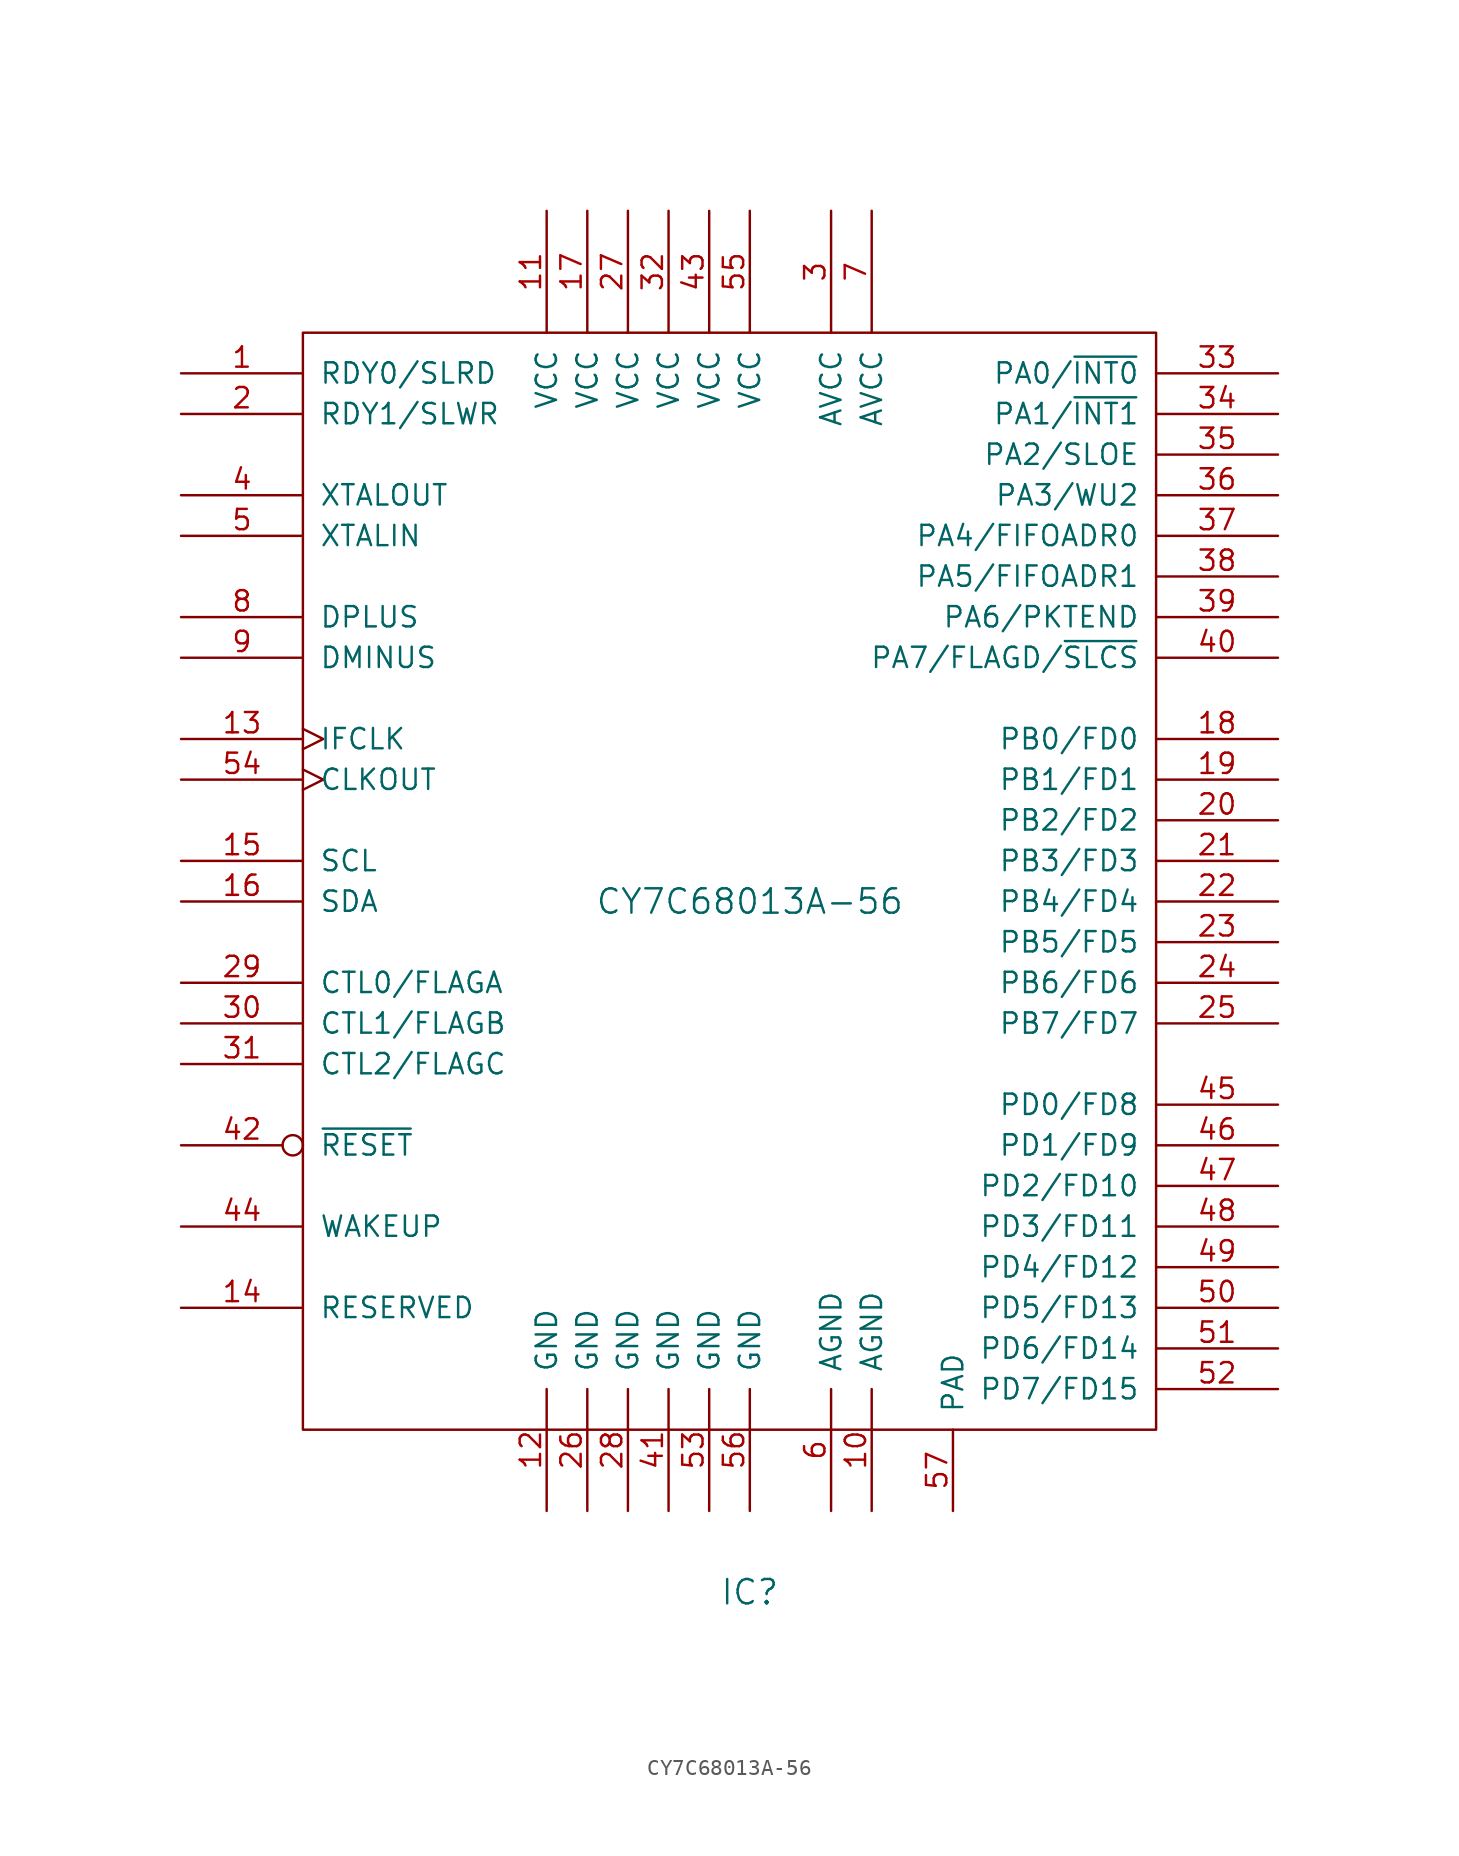
<source format=kicad_sym>
(kicad_symbol_lib
  (version 20211014)
  (generator kicad_symbol_editor)
  (symbol "CY7C68013A-56"
    (pin_names
      (offset 1.016))
    (property "Reference" "IC"
      (at 0 -43.18 0)
      (effects (font (size 1.524 1.524))))
    (property "Value" "CY7C68013A-56"
      (at 0 0 0)
      (effects (font (size 1.524 1.524))))
    (symbol "CY7C68013A-56_0_1"
      (rectangle (start -27.94 35.56) (end 25.4 -33.02) (stroke (width 0) (type default) (color 0 0 0 0)) (fill (type none))))
    (symbol "CY7C68013A-56_1_1"
      (pin input line (at -35.56 33.02 0) (length 7.62) (name "RDY0/SLRD" (effects (font (size 1.27 1.27)))) (number "1" (effects (font (size 1.27 1.27)))))
      (pin power_in line (at 7.62 -38.1 90) (length 7.62) (name "AGND" (effects (font (size 1.27 1.27)))) (number "10" (effects (font (size 1.27 1.27)))))
      (pin power_in line (at -12.7 43.18 270) (length 7.62) (name "VCC" (effects (font (size 1.27 1.27)))) (number "11" (effects (font (size 1.27 1.27)))))
      (pin power_in line (at -12.7 -38.1 90) (length 7.62) (name "GND" (effects (font (size 1.27 1.27)))) (number "12" (effects (font (size 1.27 1.27)))))
      (pin bidirectional clock (at -35.56 10.16 0) (length 7.62) (name "IFCLK" (effects (font (size 1.27 1.27)))) (number "13" (effects (font (size 1.27 1.27)))))
      (pin input line (at -35.56 -25.4 0) (length 7.62) (name "RESERVED" (effects (font (size 1.27 1.27)))) (number "14" (effects (font (size 1.27 1.27)))))
      (pin output line (at -35.56 2.54 0) (length 7.62) (name "SCL" (effects (font (size 1.27 1.27)))) (number "15" (effects (font (size 1.27 1.27)))))
      (pin bidirectional line (at -35.56 0 0) (length 7.62) (name "SDA" (effects (font (size 1.27 1.27)))) (number "16" (effects (font (size 1.27 1.27)))))
      (pin power_in line (at -10.16 43.18 270) (length 7.62) (name "VCC" (effects (font (size 1.27 1.27)))) (number "17" (effects (font (size 1.27 1.27)))))
      (pin bidirectional line (at 33.02 10.16 180) (length 7.62) (name "PB0/FD0" (effects (font (size 1.27 1.27)))) (number "18" (effects (font (size 1.27 1.27)))))
      (pin bidirectional line (at 33.02 7.62 180) (length 7.62) (name "PB1/FD1" (effects (font (size 1.27 1.27)))) (number "19" (effects (font (size 1.27 1.27)))))
      (pin input line (at -35.56 30.48 0) (length 7.62) (name "RDY1/SLWR" (effects (font (size 1.27 1.27)))) (number "2" (effects (font (size 1.27 1.27)))))
      (pin bidirectional line (at 33.02 5.08 180) (length 7.62) (name "PB2/FD2" (effects (font (size 1.27 1.27)))) (number "20" (effects (font (size 1.27 1.27)))))
      (pin bidirectional line (at 33.02 2.54 180) (length 7.62) (name "PB3/FD3" (effects (font (size 1.27 1.27)))) (number "21" (effects (font (size 1.27 1.27)))))
      (pin bidirectional line (at 33.02 0 180) (length 7.62) (name "PB4/FD4" (effects (font (size 1.27 1.27)))) (number "22" (effects (font (size 1.27 1.27)))))
      (pin bidirectional line (at 33.02 -2.54 180) (length 7.62) (name "PB5/FD5" (effects (font (size 1.27 1.27)))) (number "23" (effects (font (size 1.27 1.27)))))
      (pin bidirectional line (at 33.02 -5.08 180) (length 7.62) (name "PB6/FD6" (effects (font (size 1.27 1.27)))) (number "24" (effects (font (size 1.27 1.27)))))
      (pin bidirectional line (at 33.02 -7.62 180) (length 7.62) (name "PB7/FD7" (effects (font (size 1.27 1.27)))) (number "25" (effects (font (size 1.27 1.27)))))
      (pin power_in line (at -10.16 -38.1 90) (length 7.62) (name "GND" (effects (font (size 1.27 1.27)))) (number "26" (effects (font (size 1.27 1.27)))))
      (pin power_in line (at -7.62 43.18 270) (length 7.62) (name "VCC" (effects (font (size 1.27 1.27)))) (number "27" (effects (font (size 1.27 1.27)))))
      (pin power_in line (at -7.62 -38.1 90) (length 7.62) (name "GND" (effects (font (size 1.27 1.27)))) (number "28" (effects (font (size 1.27 1.27)))))
      (pin output line (at -35.56 -5.08 0) (length 7.62) (name "CTL0/FLAGA" (effects (font (size 1.27 1.27)))) (number "29" (effects (font (size 1.27 1.27)))))
      (pin power_in line (at 5.08 43.18 270) (length 7.62) (name "AVCC" (effects (font (size 1.27 1.27)))) (number "3" (effects (font (size 1.27 1.27)))))
      (pin output line (at -35.56 -7.62 0) (length 7.62) (name "CTL1/FLAGB" (effects (font (size 1.27 1.27)))) (number "30" (effects (font (size 1.27 1.27)))))
      (pin output line (at -35.56 -10.16 0) (length 7.62) (name "CTL2/FLAGC" (effects (font (size 1.27 1.27)))) (number "31" (effects (font (size 1.27 1.27)))))
      (pin power_in line (at -5.08 43.18 270) (length 7.62) (name "VCC" (effects (font (size 1.27 1.27)))) (number "32" (effects (font (size 1.27 1.27)))))
      (pin bidirectional line (at 33.02 33.02 180) (length 7.62) (name "PA0/~{INT0}" (effects (font (size 1.27 1.27)))) (number "33" (effects (font (size 1.27 1.27)))))
      (pin bidirectional line (at 33.02 30.48 180) (length 7.62) (name "PA1/~{INT1}" (effects (font (size 1.27 1.27)))) (number "34" (effects (font (size 1.27 1.27)))))
      (pin bidirectional line (at 33.02 27.94 180) (length 7.62) (name "PA2/SLOE" (effects (font (size 1.27 1.27)))) (number "35" (effects (font (size 1.27 1.27)))))
      (pin bidirectional line (at 33.02 25.4 180) (length 7.62) (name "PA3/WU2" (effects (font (size 1.27 1.27)))) (number "36" (effects (font (size 1.27 1.27)))))
      (pin bidirectional line (at 33.02 22.86 180) (length 7.62) (name "PA4/FIFOADR0" (effects (font (size 1.27 1.27)))) (number "37" (effects (font (size 1.27 1.27)))))
      (pin bidirectional line (at 33.02 20.32 180) (length 7.62) (name "PA5/FIFOADR1" (effects (font (size 1.27 1.27)))) (number "38" (effects (font (size 1.27 1.27)))))
      (pin bidirectional line (at 33.02 17.78 180) (length 7.62) (name "PA6/PKTEND" (effects (font (size 1.27 1.27)))) (number "39" (effects (font (size 1.27 1.27)))))
      (pin output line (at -35.56 25.4 0) (length 7.62) (name "XTALOUT" (effects (font (size 1.27 1.27)))) (number "4" (effects (font (size 1.27 1.27)))))
      (pin bidirectional line (at 33.02 15.24 180) (length 7.62) (name "PA7/FLAGD/~{SLCS}" (effects (font (size 1.27 1.27)))) (number "40" (effects (font (size 1.27 1.27)))))
      (pin power_in line (at -5.08 -38.1 90) (length 7.62) (name "GND" (effects (font (size 1.27 1.27)))) (number "41" (effects (font (size 1.27 1.27)))))
      (pin input inverted (at -35.56 -15.24 0) (length 7.62) (name "~{RESET}" (effects (font (size 1.27 1.27)))) (number "42" (effects (font (size 1.27 1.27)))))
      (pin power_in line (at -2.54 43.18 270) (length 7.62) (name "VCC" (effects (font (size 1.27 1.27)))) (number "43" (effects (font (size 1.27 1.27)))))
      (pin input line (at -35.56 -20.32 0) (length 7.62) (name "WAKEUP" (effects (font (size 1.27 1.27)))) (number "44" (effects (font (size 1.27 1.27)))))
      (pin bidirectional line (at 33.02 -12.7 180) (length 7.62) (name "PD0/FD8" (effects (font (size 1.27 1.27)))) (number "45" (effects (font (size 1.27 1.27)))))
      (pin bidirectional line (at 33.02 -15.24 180) (length 7.62) (name "PD1/FD9" (effects (font (size 1.27 1.27)))) (number "46" (effects (font (size 1.27 1.27)))))
      (pin bidirectional line (at 33.02 -17.78 180) (length 7.62) (name "PD2/FD10" (effects (font (size 1.27 1.27)))) (number "47" (effects (font (size 1.27 1.27)))))
      (pin bidirectional line (at 33.02 -20.32 180) (length 7.62) (name "PD3/FD11" (effects (font (size 1.27 1.27)))) (number "48" (effects (font (size 1.27 1.27)))))
      (pin bidirectional line (at 33.02 -22.86 180) (length 7.62) (name "PD4/FD12" (effects (font (size 1.27 1.27)))) (number "49" (effects (font (size 1.27 1.27)))))
      (pin input line (at -35.56 22.86 0) (length 7.62) (name "XTALIN" (effects (font (size 1.27 1.27)))) (number "5" (effects (font (size 1.27 1.27)))))
      (pin bidirectional line (at 33.02 -25.4 180) (length 7.62) (name "PD5/FD13" (effects (font (size 1.27 1.27)))) (number "50" (effects (font (size 1.27 1.27)))))
      (pin bidirectional line (at 33.02 -27.94 180) (length 7.62) (name "PD6/FD14" (effects (font (size 1.27 1.27)))) (number "51" (effects (font (size 1.27 1.27)))))
      (pin bidirectional line (at 33.02 -30.48 180) (length 7.62) (name "PD7/FD15" (effects (font (size 1.27 1.27)))) (number "52" (effects (font (size 1.27 1.27)))))
      (pin power_in line (at -2.54 -38.1 90) (length 7.62) (name "GND" (effects (font (size 1.27 1.27)))) (number "53" (effects (font (size 1.27 1.27)))))
      (pin output clock (at -35.56 7.62 0) (length 7.62) (name "CLKOUT" (effects (font (size 1.27 1.27)))) (number "54" (effects (font (size 1.27 1.27)))))
      (pin power_in line (at 0 43.18 270) (length 7.62) (name "VCC" (effects (font (size 1.27 1.27)))) (number "55" (effects (font (size 1.27 1.27)))))
      (pin power_in line (at 0 -38.1 90) (length 7.62) (name "GND" (effects (font (size 1.27 1.27)))) (number "56" (effects (font (size 1.27 1.27)))))
      (pin passive line (at 12.7 -38.1 90) (length 5.08) (name "PAD" (effects (font (size 1.27 1.27)))) (number "57" (effects (font (size 1.27 1.27)))))
      (pin power_in line (at 5.08 -38.1 90) (length 7.62) (name "AGND" (effects (font (size 1.27 1.27)))) (number "6" (effects (font (size 1.27 1.27)))))
      (pin power_in line (at 7.62 43.18 270) (length 7.62) (name "AVCC" (effects (font (size 1.27 1.27)))) (number "7" (effects (font (size 1.27 1.27)))))
      (pin bidirectional line (at -35.56 17.78 0) (length 7.62) (name "DPLUS" (effects (font (size 1.27 1.27)))) (number "8" (effects (font (size 1.27 1.27)))))
      (pin bidirectional line (at -35.56 15.24 0) (length 7.62) (name "DMINUS" (effects (font (size 1.27 1.27)))) (number "9" (effects (font (size 1.27 1.27))))))))
</source>
